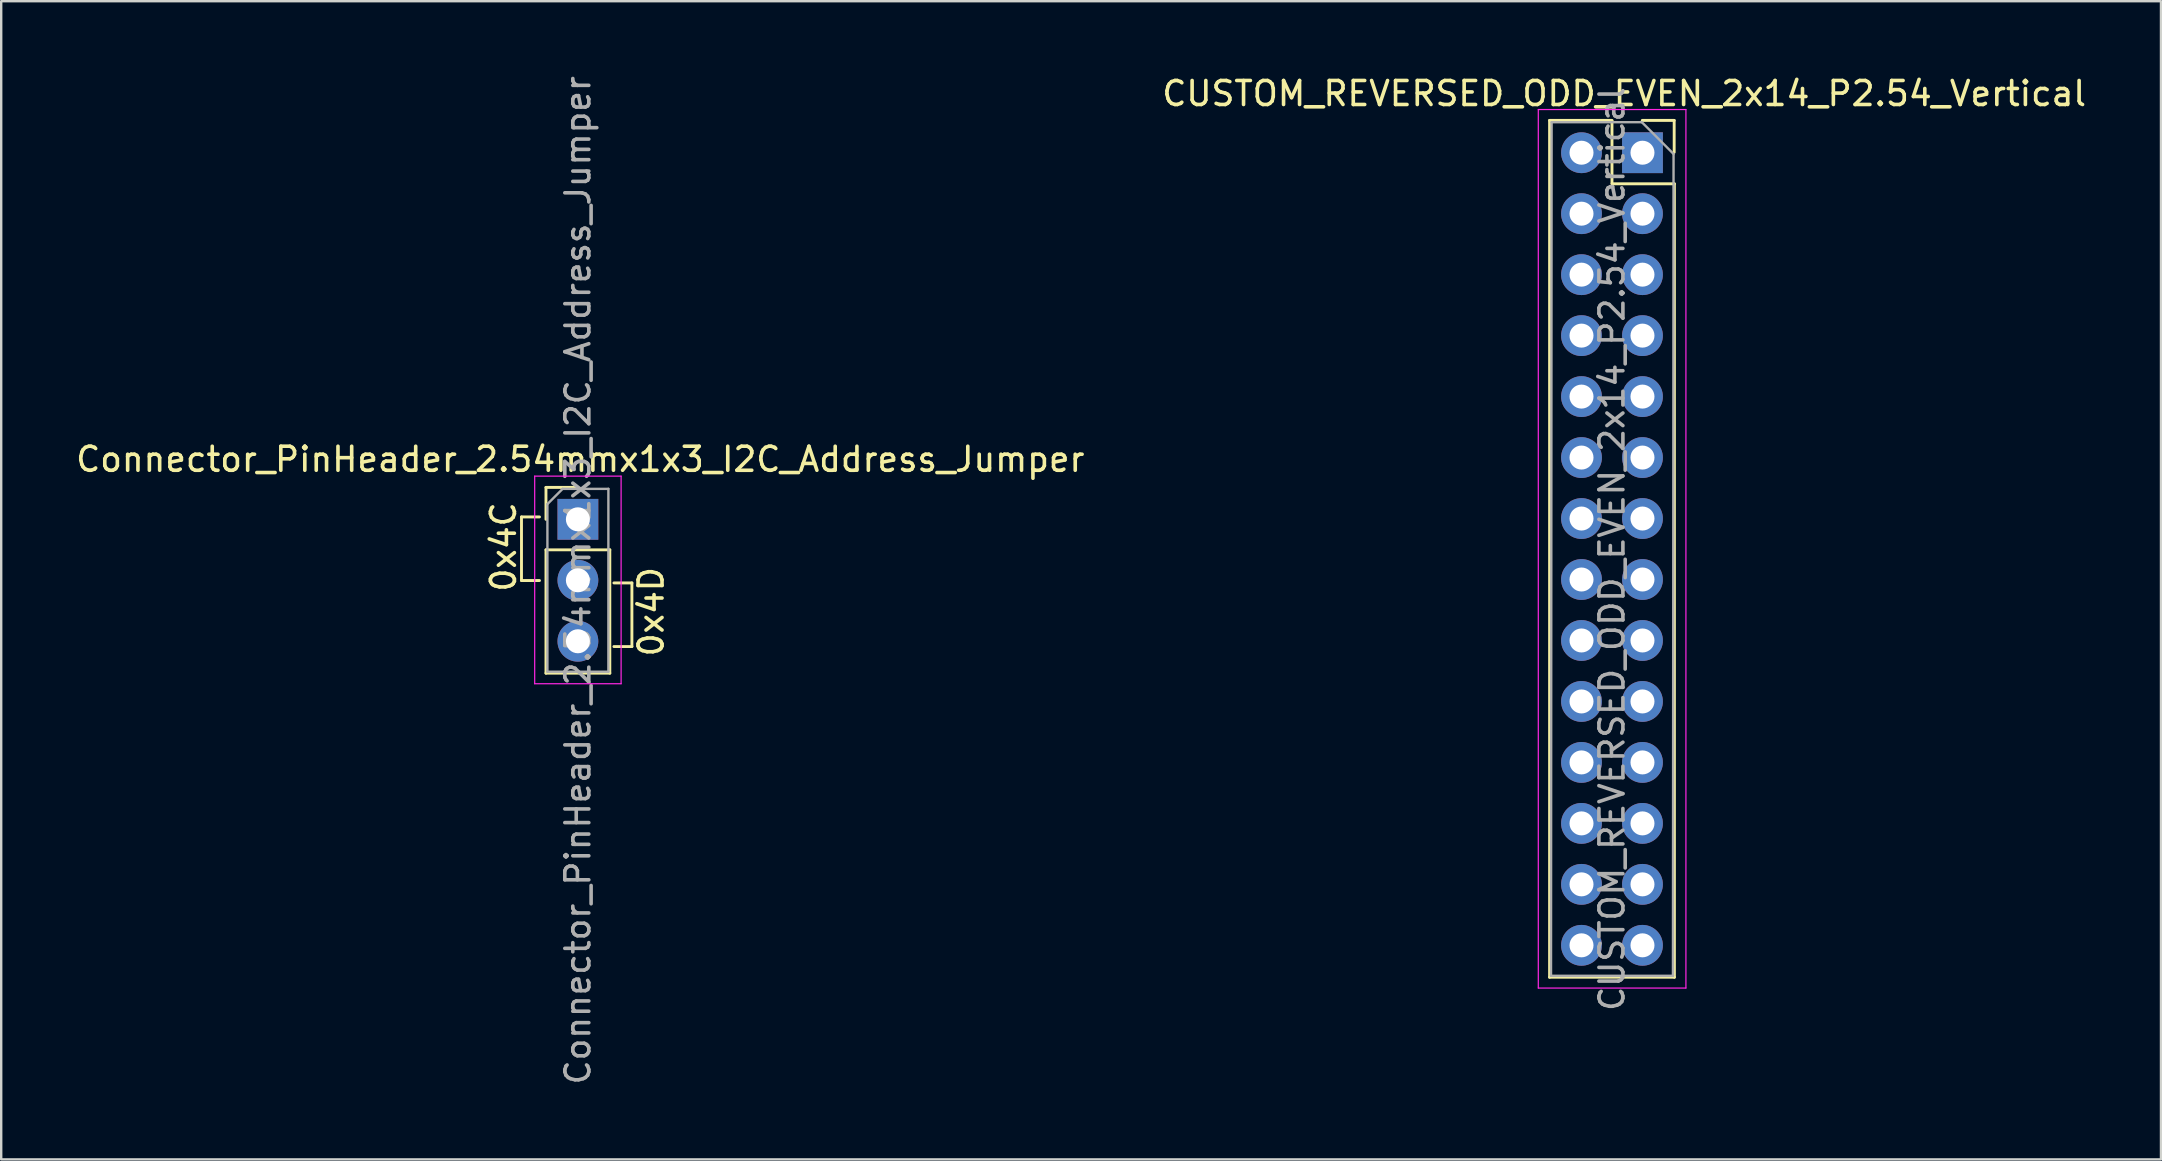
<source format=kicad_pcb>
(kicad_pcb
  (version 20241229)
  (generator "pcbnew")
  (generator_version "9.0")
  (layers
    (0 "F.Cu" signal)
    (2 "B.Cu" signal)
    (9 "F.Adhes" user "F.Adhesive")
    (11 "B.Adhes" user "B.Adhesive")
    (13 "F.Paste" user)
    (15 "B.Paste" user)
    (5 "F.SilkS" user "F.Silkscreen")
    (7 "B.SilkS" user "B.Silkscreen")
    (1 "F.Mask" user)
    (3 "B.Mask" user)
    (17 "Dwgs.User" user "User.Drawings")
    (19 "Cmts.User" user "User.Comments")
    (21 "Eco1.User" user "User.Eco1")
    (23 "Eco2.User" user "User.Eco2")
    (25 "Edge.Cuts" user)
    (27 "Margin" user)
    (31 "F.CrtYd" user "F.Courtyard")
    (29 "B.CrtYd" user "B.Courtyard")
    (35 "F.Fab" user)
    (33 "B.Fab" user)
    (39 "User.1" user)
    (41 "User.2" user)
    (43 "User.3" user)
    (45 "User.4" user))
  (footprint "CUSTOM_REVERSED_ODD_EVEN_2x14_P2.54_Vertical"
    (layer "F.Cu")
    (at 64.105 40.218)
    (property "Reference" "CUSTOM_REVERSED_ODD_EVEN_2x14_P2.54_Vertical" (at 0.508 -39.37 0) (layer "F.SilkS") (effects (font (size 1 1) (thickness 0.15))))
    (attr through_hole)
    (fp_line (start -2.6 -38.252) (end -2.6 -2.556) (stroke (width 0.12) (type solid)) (layer "F.SilkS"))
    (fp_line (start -2.6 -38.252) (end 0 -38.252) (stroke (width 0.12) (type solid)) (layer "F.SilkS"))
    (fp_line (start -2.6 -2.556) (end 2.6 -2.556) (stroke (width 0.12) (type solid)) (layer "F.SilkS"))
    (fp_line (start 0 -35.636) (end 0 -38.236) (stroke (width 0.12) (type solid)) (layer "F.SilkS"))
    (fp_line (start 0 -35.611) (end 2.6 -35.611) (stroke (width 0.12) (type solid)) (layer "F.SilkS"))
    (fp_line (start 1.261 -38.252) (end 2.591 -38.252) (stroke (width 0.12) (type solid)) (layer "F.SilkS"))
    (fp_line (start 2.591 -36.922) (end 2.591 -38.252) (stroke (width 0.12) (type solid)) (layer "F.SilkS"))
    (fp_line (start 2.6 -35.611) (end 2.6 -2.556) (stroke (width 0.12) (type solid)) (layer "F.SilkS"))
    (fp_line (start -3.07 -38.706) (end -3.07 -2.106) (stroke (width 0.05) (type solid)) (layer "F.CrtYd"))
    (fp_line (start -3.07 -2.106) (end 3.08 -2.106) (stroke (width 0.05) (type solid)) (layer "F.CrtYd"))
    (fp_line (start 3.08 -38.706) (end -3.07 -38.706) (stroke (width 0.05) (type solid)) (layer "F.CrtYd"))
    (fp_line (start 3.08 -2.106) (end 3.08 -38.706) (stroke (width 0.05) (type solid)) (layer "F.CrtYd"))
    (fp_line (start -2.54 -2.616) (end -2.515 -38.176) (stroke (width 0.1) (type solid)) (layer "F.Fab"))
    (fp_line (start -2.515 -38.176) (end 1.245 -38.176) (stroke (width 0.1) (type solid)) (layer "F.Fab"))
    (fp_line (start 2.54 -2.616) (end -2.54 -2.616) (stroke (width 0.1) (type solid)) (layer "F.Fab"))
    (fp_line (start 2.565 -36.855) (end 1.245 -38.176) (stroke (width 0.1) (type solid)) (layer "F.Fab"))
    (fp_line (start 2.565 -36.855) (end 2.54 -2.616) (stroke (width 0.1) (type solid)) (layer "F.Fab"))
    (fp_text user "${REFERENCE}" (at 0 -20.396 90) (layer "F.Fab") (effects (font (size 1 1) (thickness 0.15))))
    (pad "1" thru_hole rect (at 1.27 -36.906) (size 1.7 1.7) (drill 1) (layers "*.Cu" "*.Mask"))
    (pad "2" thru_hole circle (at -1.27 -36.906) (size 1.7 1.7) (drill 1) (layers "*.Cu" "*.Mask"))
    (pad "3" thru_hole oval (at 1.27 -34.366) (size 1.7 1.7) (drill 1) (layers "*.Cu" "*.Mask"))
    (pad "4" thru_hole oval (at -1.27 -34.366) (size 1.7 1.7) (drill 1) (layers "*.Cu" "*.Mask"))
    (pad "5" thru_hole oval (at 1.27 -31.826) (size 1.7 1.7) (drill 1) (layers "*.Cu" "*.Mask"))
    (pad "6" thru_hole oval (at -1.27 -31.826) (size 1.7 1.7) (drill 1) (layers "*.Cu" "*.Mask"))
    (pad "7" thru_hole oval (at 1.27 -29.286) (size 1.7 1.7) (drill 1) (layers "*.Cu" "*.Mask"))
    (pad "8" thru_hole oval (at -1.27 -29.286) (size 1.7 1.7) (drill 1) (layers "*.Cu" "*.Mask"))
    (pad "9" thru_hole oval (at 1.27 -26.746) (size 1.7 1.7) (drill 1) (layers "*.Cu" "*.Mask"))
    (pad "10" thru_hole oval (at -1.27 -26.746) (size 1.7 1.7) (drill 1) (layers "*.Cu" "*.Mask"))
    (pad "11" thru_hole oval (at 1.27 -24.206) (size 1.7 1.7) (drill 1) (layers "*.Cu" "*.Mask"))
    (pad "12" thru_hole oval (at -1.27 -24.206) (size 1.7 1.7) (drill 1) (layers "*.Cu" "*.Mask"))
    (pad "13" thru_hole oval (at 1.27 -21.666) (size 1.7 1.7) (drill 1) (layers "*.Cu" "*.Mask"))
    (pad "14" thru_hole oval (at -1.27 -21.666) (size 1.7 1.7) (drill 1) (layers "*.Cu" "*.Mask"))
    (pad "15" thru_hole oval (at 1.27 -19.126) (size 1.7 1.7) (drill 1) (layers "*.Cu" "*.Mask"))
    (pad "16" thru_hole oval (at -1.27 -19.126) (size 1.7 1.7) (drill 1) (layers "*.Cu" "*.Mask"))
    (pad "17" thru_hole oval (at 1.27 -16.586) (size 1.7 1.7) (drill 1) (layers "*.Cu" "*.Mask"))
    (pad "18" thru_hole oval (at -1.27 -16.586) (size 1.7 1.7) (drill 1) (layers "*.Cu" "*.Mask"))
    (pad "19" thru_hole oval (at 1.27 -14.046) (size 1.7 1.7) (drill 1) (layers "*.Cu" "*.Mask"))
    (pad "20" thru_hole oval (at -1.27 -14.046) (size 1.7 1.7) (drill 1) (layers "*.Cu" "*.Mask"))
    (pad "21" thru_hole oval (at 1.27 -11.506) (size 1.7 1.7) (drill 1) (layers "*.Cu" "*.Mask"))
    (pad "22" thru_hole oval (at -1.27 -11.506) (size 1.7 1.7) (drill 1) (layers "*.Cu" "*.Mask"))
    (pad "23" thru_hole oval (at 1.27 -8.966) (size 1.7 1.7) (drill 1) (layers "*.Cu" "*.Mask"))
    (pad "24" thru_hole oval (at -1.27 -8.966) (size 1.7 1.7) (drill 1) (layers "*.Cu" "*.Mask"))
    (pad "25" thru_hole oval (at 1.27 -6.426) (size 1.7 1.7) (drill 1) (layers "*.Cu" "*.Mask"))
    (pad "26" thru_hole oval (at -1.27 -6.426) (size 1.7 1.7) (drill 1) (layers "*.Cu" "*.Mask"))
    (pad "27" thru_hole oval (at 1.27 -3.886) (size 1.7 1.7) (drill 1) (layers "*.Cu" "*.Mask"))
    (pad "28" thru_hole oval (at -1.27 -3.886) (size 1.7 1.7) (drill 1) (layers "*.Cu" "*.Mask")))
  (footprint "Connector_PinHeader_2.54mmx1x3_I2C_Address_Jumper"
    (layer "F.Cu")
    (at 21.025 26.535)
    (property "Reference" "Connector_PinHeader_2.54mmx1x3_I2C_Address_Jumper" (at 0.1 -10.45 0) (layer "F.SilkS") (effects (font (size 1 1) (thickness 0.15))))
    (attr through_hole)
    (fp_line (start -2.35 -8.05) (end -2.35 -5.4) (stroke (width 0.12) (type solid)) (layer "F.SilkS"))
    (fp_line (start -2.35 -5.4) (end -1.6 -5.4) (stroke (width 0.12) (type solid)) (layer "F.SilkS"))
    (fp_line (start -1.6 -8.05) (end -2.35 -8.05) (stroke (width 0.12) (type solid)) (layer "F.SilkS"))
    (fp_line (start -1.33 -9.28) (end 0 -9.28) (stroke (width 0.12) (type solid)) (layer "F.SilkS"))
    (fp_line (start -1.33 -7.95) (end -1.33 -9.28) (stroke (width 0.12) (type solid)) (layer "F.SilkS"))
    (fp_line (start -1.33 -6.68) (end -1.33 -1.54) (stroke (width 0.12) (type solid)) (layer "F.SilkS"))
    (fp_line (start -1.33 -6.68) (end 1.33 -6.68) (stroke (width 0.12) (type solid)) (layer "F.SilkS"))
    (fp_line (start -1.33 -1.54) (end 1.33 -1.54) (stroke (width 0.12) (type solid)) (layer "F.SilkS"))
    (fp_line (start 1.33 -6.68) (end 1.33 -1.54) (stroke (width 0.12) (type solid)) (layer "F.SilkS"))
    (fp_line (start 1.5 -2.65) (end 2.25 -2.65) (stroke (width 0.12) (type solid)) (layer "F.SilkS"))
    (fp_line (start 2.25 -5.3) (end 1.5 -5.3) (stroke (width 0.12) (type solid)) (layer "F.SilkS"))
    (fp_line (start 2.25 -2.65) (end 2.25 -5.3) (stroke (width 0.12) (type solid)) (layer "F.SilkS"))
    (fp_line (start -1.8 -9.75) (end -1.8 -1.1) (stroke (width 0.05) (type solid)) (layer "F.CrtYd"))
    (fp_line (start -1.8 -1.1) (end 1.8 -1.1) (stroke (width 0.05) (type solid)) (layer "F.CrtYd"))
    (fp_line (start 1.8 -9.75) (end -1.8 -9.75) (stroke (width 0.05) (type solid)) (layer "F.CrtYd"))
    (fp_line (start 1.8 -1.1) (end 1.8 -9.75) (stroke (width 0.05) (type solid)) (layer "F.CrtYd"))
    (fp_line (start -1.27 -8.585) (end -0.635 -9.22) (stroke (width 0.1) (type solid)) (layer "F.Fab"))
    (fp_line (start -1.27 -1.6) (end -1.27 -8.585) (stroke (width 0.1) (type solid)) (layer "F.Fab"))
    (fp_line (start -0.635 -9.22) (end 1.27 -9.22) (stroke (width 0.1) (type solid)) (layer "F.Fab"))
    (fp_line (start 1.27 -9.22) (end 1.27 -1.6) (stroke (width 0.1) (type solid)) (layer "F.Fab"))
    (fp_line (start 1.27 -1.6) (end -1.27 -1.6) (stroke (width 0.1) (type solid)) (layer "F.Fab"))
    (fp_text user "0x4C" (at -3.1 -6.8 90) (layer "F.SilkS") (effects (font (size 1 1) (thickness 0.15))))
    (fp_text user "0x4D" (at 3.05 -4.1 270) (layer "F.SilkS") (effects (font (size 1 1) (thickness 0.15))))
    (fp_text user "${REFERENCE}" (at 0 -5.41 90) (layer "F.Fab") (effects (font (size 1 1) (thickness 0.15))))
    (pad "1" thru_hole rect (at 0 -7.95) (size 1.7 1.7) (drill 1) (layers "*.Cu" "*.Mask"))
    (pad "2" thru_hole oval (at 0 -5.41) (size 1.7 1.7) (drill 1) (layers "*.Cu" "*.Mask"))
    (pad "3" thru_hole oval (at 0 -2.87) (size 1.7 1.7) (drill 1) (layers "*.Cu" "*.Mask")))
  (gr_rect
    (start -3 -3)
    (end 86.976 45.25)
    (stroke (width 0.1) (type default))
    (fill no)
    (layer "Edge.Cuts")))
</source>
